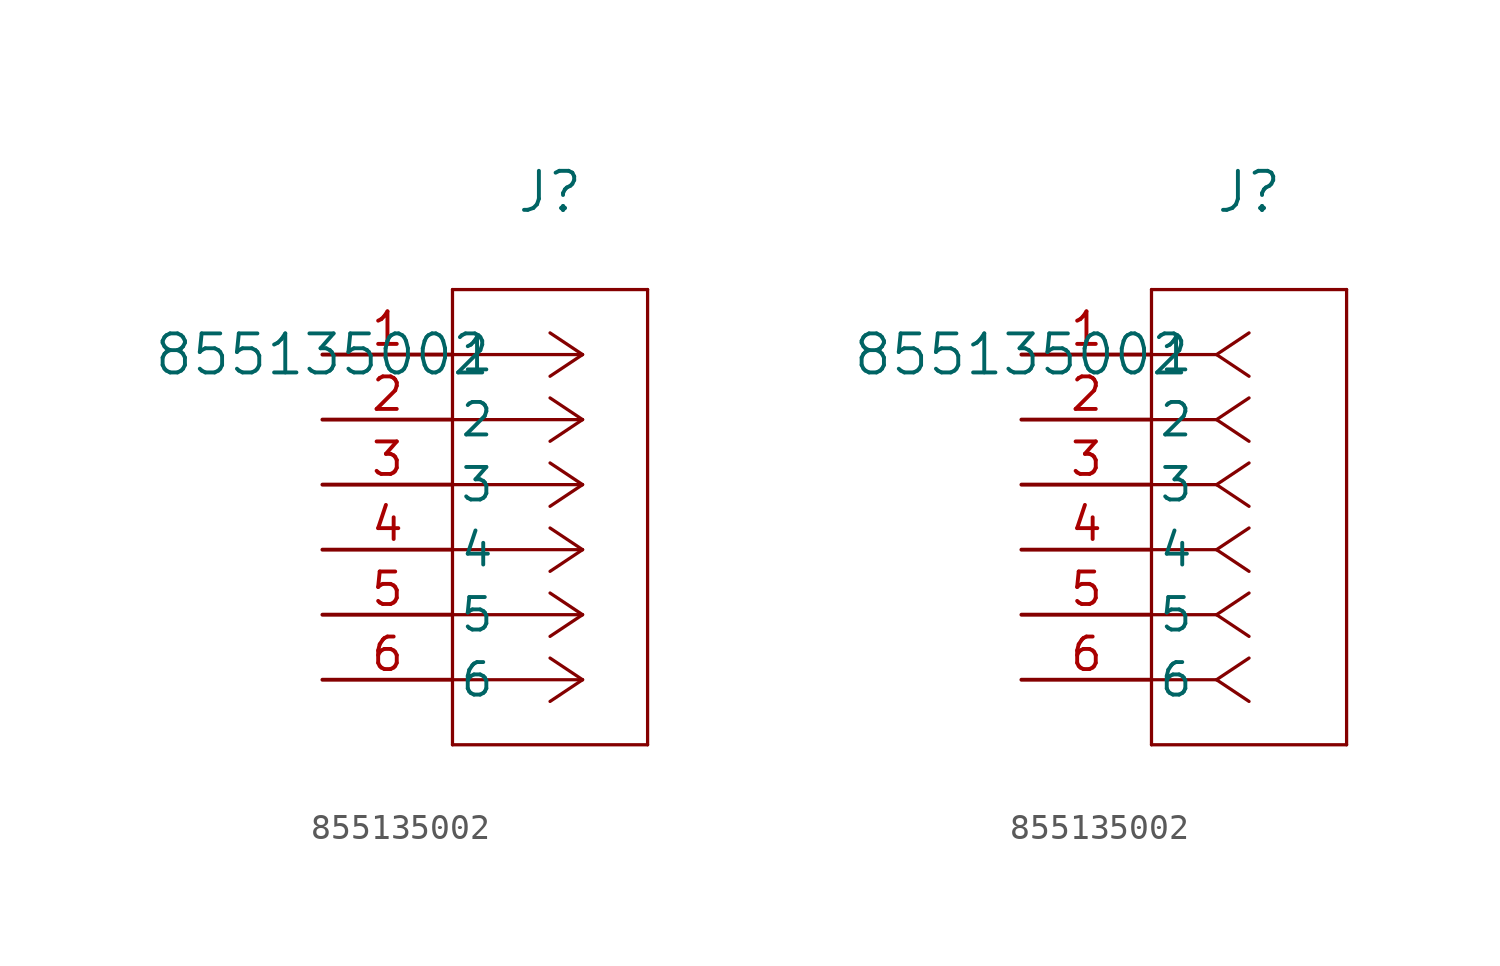
<source format=kicad_sym>
(kicad_symbol_lib
  (version 20211014)
  (generator kicad_symbol_editor)
  (symbol "855135002"
    (pin_names
      (offset 0.254))
    (property "Reference" "J"
      (at 8.89 6.35 0)
      (effects (font (size 1.524 1.524))))
    (property "Value" "855135002"
      (at 0 0 0)
      (effects (font (size 1.524 1.524))))
    (symbol "855135002_1_1"
      (polyline (pts (xy 10.16 0) (xy 5.08 0)) (stroke (width 0.127) (type default) (color 0 0 0 0)) (fill (type none)))
      (polyline (pts (xy 10.16 -2.54) (xy 5.08 -2.54)) (stroke (width 0.127) (type default) (color 0 0 0 0)) (fill (type none)))
      (polyline (pts (xy 10.16 -5.08) (xy 5.08 -5.08)) (stroke (width 0.127) (type default) (color 0 0 0 0)) (fill (type none)))
      (polyline (pts (xy 10.16 -7.62) (xy 5.08 -7.62)) (stroke (width 0.127) (type default) (color 0 0 0 0)) (fill (type none)))
      (polyline (pts (xy 10.16 -10.16) (xy 5.08 -10.16)) (stroke (width 0.127) (type default) (color 0 0 0 0)) (fill (type none)))
      (polyline (pts (xy 10.16 -12.7) (xy 5.08 -12.7)) (stroke (width 0.127) (type default) (color 0 0 0 0)) (fill (type none)))
      (polyline (pts (xy 10.16 0) (xy 8.89 0.847)) (stroke (width 0.127) (type default) (color 0 0 0 0)) (fill (type none)))
      (polyline (pts (xy 10.16 -2.54) (xy 8.89 -1.693)) (stroke (width 0.127) (type default) (color 0 0 0 0)) (fill (type none)))
      (polyline (pts (xy 10.16 -5.08) (xy 8.89 -4.233)) (stroke (width 0.127) (type default) (color 0 0 0 0)) (fill (type none)))
      (polyline (pts (xy 10.16 -7.62) (xy 8.89 -6.773)) (stroke (width 0.127) (type default) (color 0 0 0 0)) (fill (type none)))
      (polyline (pts (xy 10.16 -10.16) (xy 8.89 -9.313)) (stroke (width 0.127) (type default) (color 0 0 0 0)) (fill (type none)))
      (polyline (pts (xy 10.16 -12.7) (xy 8.89 -11.853)) (stroke (width 0.127) (type default) (color 0 0 0 0)) (fill (type none)))
      (polyline (pts (xy 10.16 0) (xy 8.89 -0.847)) (stroke (width 0.127) (type default) (color 0 0 0 0)) (fill (type none)))
      (polyline (pts (xy 10.16 -2.54) (xy 8.89 -3.387)) (stroke (width 0.127) (type default) (color 0 0 0 0)) (fill (type none)))
      (polyline (pts (xy 10.16 -5.08) (xy 8.89 -5.927)) (stroke (width 0.127) (type default) (color 0 0 0 0)) (fill (type none)))
      (polyline (pts (xy 10.16 -7.62) (xy 8.89 -8.467)) (stroke (width 0.127) (type default) (color 0 0 0 0)) (fill (type none)))
      (polyline (pts (xy 10.16 -10.16) (xy 8.89 -11.007)) (stroke (width 0.127) (type default) (color 0 0 0 0)) (fill (type none)))
      (polyline (pts (xy 10.16 -12.7) (xy 8.89 -13.547)) (stroke (width 0.127) (type default) (color 0 0 0 0)) (fill (type none)))
      (polyline (pts (xy 5.08 2.54) (xy 5.08 -15.24)) (stroke (width 0.127) (type default) (color 0 0 0 0)) (fill (type none)))
      (polyline (pts (xy 5.08 -15.24) (xy 12.7 -15.24)) (stroke (width 0.127) (type default) (color 0 0 0 0)) (fill (type none)))
      (polyline (pts (xy 12.7 -15.24) (xy 12.7 2.54)) (stroke (width 0.127) (type default) (color 0 0 0 0)) (fill (type none)))
      (polyline (pts (xy 12.7 2.54) (xy 5.08 2.54)) (stroke (width 0.127) (type default) (color 0 0 0 0)) (fill (type none)))
      (pin unspecified line (at 0 0 0) (length 5.08) (name "1" (effects (font (size 1.27 1.27)))) (number "1" (effects (font (size 1.27 1.27)))))
      (pin unspecified line (at 0 -2.54 0) (length 5.08) (name "2" (effects (font (size 1.27 1.27)))) (number "2" (effects (font (size 1.27 1.27)))))
      (pin unspecified line (at 0 -5.08 0) (length 5.08) (name "3" (effects (font (size 1.27 1.27)))) (number "3" (effects (font (size 1.27 1.27)))))
      (pin unspecified line (at 0 -7.62 0) (length 5.08) (name "4" (effects (font (size 1.27 1.27)))) (number "4" (effects (font (size 1.27 1.27)))))
      (pin unspecified line (at 0 -10.16 0) (length 5.08) (name "5" (effects (font (size 1.27 1.27)))) (number "5" (effects (font (size 1.27 1.27)))))
      (pin unspecified line (at 0 -12.7 0) (length 5.08) (name "6" (effects (font (size 1.27 1.27)))) (number "6" (effects (font (size 1.27 1.27))))))
    (symbol "855135002_1_2"
      (polyline (pts (xy 7.62 0) (xy 5.08 0)) (stroke (width 0.127) (type default) (color 0 0 0 0)) (fill (type none)))
      (polyline (pts (xy 7.62 -2.54) (xy 5.08 -2.54)) (stroke (width 0.127) (type default) (color 0 0 0 0)) (fill (type none)))
      (polyline (pts (xy 7.62 -5.08) (xy 5.08 -5.08)) (stroke (width 0.127) (type default) (color 0 0 0 0)) (fill (type none)))
      (polyline (pts (xy 7.62 -7.62) (xy 5.08 -7.62)) (stroke (width 0.127) (type default) (color 0 0 0 0)) (fill (type none)))
      (polyline (pts (xy 7.62 -10.16) (xy 5.08 -10.16)) (stroke (width 0.127) (type default) (color 0 0 0 0)) (fill (type none)))
      (polyline (pts (xy 7.62 -12.7) (xy 5.08 -12.7)) (stroke (width 0.127) (type default) (color 0 0 0 0)) (fill (type none)))
      (polyline (pts (xy 7.62 0) (xy 8.89 0.847)) (stroke (width 0.127) (type default) (color 0 0 0 0)) (fill (type none)))
      (polyline (pts (xy 7.62 -2.54) (xy 8.89 -1.693)) (stroke (width 0.127) (type default) (color 0 0 0 0)) (fill (type none)))
      (polyline (pts (xy 7.62 -5.08) (xy 8.89 -4.233)) (stroke (width 0.127) (type default) (color 0 0 0 0)) (fill (type none)))
      (polyline (pts (xy 7.62 -7.62) (xy 8.89 -6.773)) (stroke (width 0.127) (type default) (color 0 0 0 0)) (fill (type none)))
      (polyline (pts (xy 7.62 -10.16) (xy 8.89 -9.313)) (stroke (width 0.127) (type default) (color 0 0 0 0)) (fill (type none)))
      (polyline (pts (xy 7.62 -12.7) (xy 8.89 -11.853)) (stroke (width 0.127) (type default) (color 0 0 0 0)) (fill (type none)))
      (polyline (pts (xy 7.62 0) (xy 8.89 -0.847)) (stroke (width 0.127) (type default) (color 0 0 0 0)) (fill (type none)))
      (polyline (pts (xy 7.62 -2.54) (xy 8.89 -3.387)) (stroke (width 0.127) (type default) (color 0 0 0 0)) (fill (type none)))
      (polyline (pts (xy 7.62 -5.08) (xy 8.89 -5.927)) (stroke (width 0.127) (type default) (color 0 0 0 0)) (fill (type none)))
      (polyline (pts (xy 7.62 -7.62) (xy 8.89 -8.467)) (stroke (width 0.127) (type default) (color 0 0 0 0)) (fill (type none)))
      (polyline (pts (xy 7.62 -10.16) (xy 8.89 -11.007)) (stroke (width 0.127) (type default) (color 0 0 0 0)) (fill (type none)))
      (polyline (pts (xy 7.62 -12.7) (xy 8.89 -13.547)) (stroke (width 0.127) (type default) (color 0 0 0 0)) (fill (type none)))
      (polyline (pts (xy 5.08 2.54) (xy 5.08 -15.24)) (stroke (width 0.127) (type default) (color 0 0 0 0)) (fill (type none)))
      (polyline (pts (xy 5.08 -15.24) (xy 12.7 -15.24)) (stroke (width 0.127) (type default) (color 0 0 0 0)) (fill (type none)))
      (polyline (pts (xy 12.7 -15.24) (xy 12.7 2.54)) (stroke (width 0.127) (type default) (color 0 0 0 0)) (fill (type none)))
      (polyline (pts (xy 12.7 2.54) (xy 5.08 2.54)) (stroke (width 0.127) (type default) (color 0 0 0 0)) (fill (type none)))
      (pin unspecified line (at 0 0 0) (length 5.08) (name "1" (effects (font (size 1.27 1.27)))) (number "1" (effects (font (size 1.27 1.27)))))
      (pin unspecified line (at 0 -2.54 0) (length 5.08) (name "2" (effects (font (size 1.27 1.27)))) (number "2" (effects (font (size 1.27 1.27)))))
      (pin unspecified line (at 0 -5.08 0) (length 5.08) (name "3" (effects (font (size 1.27 1.27)))) (number "3" (effects (font (size 1.27 1.27)))))
      (pin unspecified line (at 0 -7.62 0) (length 5.08) (name "4" (effects (font (size 1.27 1.27)))) (number "4" (effects (font (size 1.27 1.27)))))
      (pin unspecified line (at 0 -10.16 0) (length 5.08) (name "5" (effects (font (size 1.27 1.27)))) (number "5" (effects (font (size 1.27 1.27)))))
      (pin unspecified line (at 0 -12.7 0) (length 5.08) (name "6" (effects (font (size 1.27 1.27)))) (number "6" (effects (font (size 1.27 1.27))))))))
</source>
